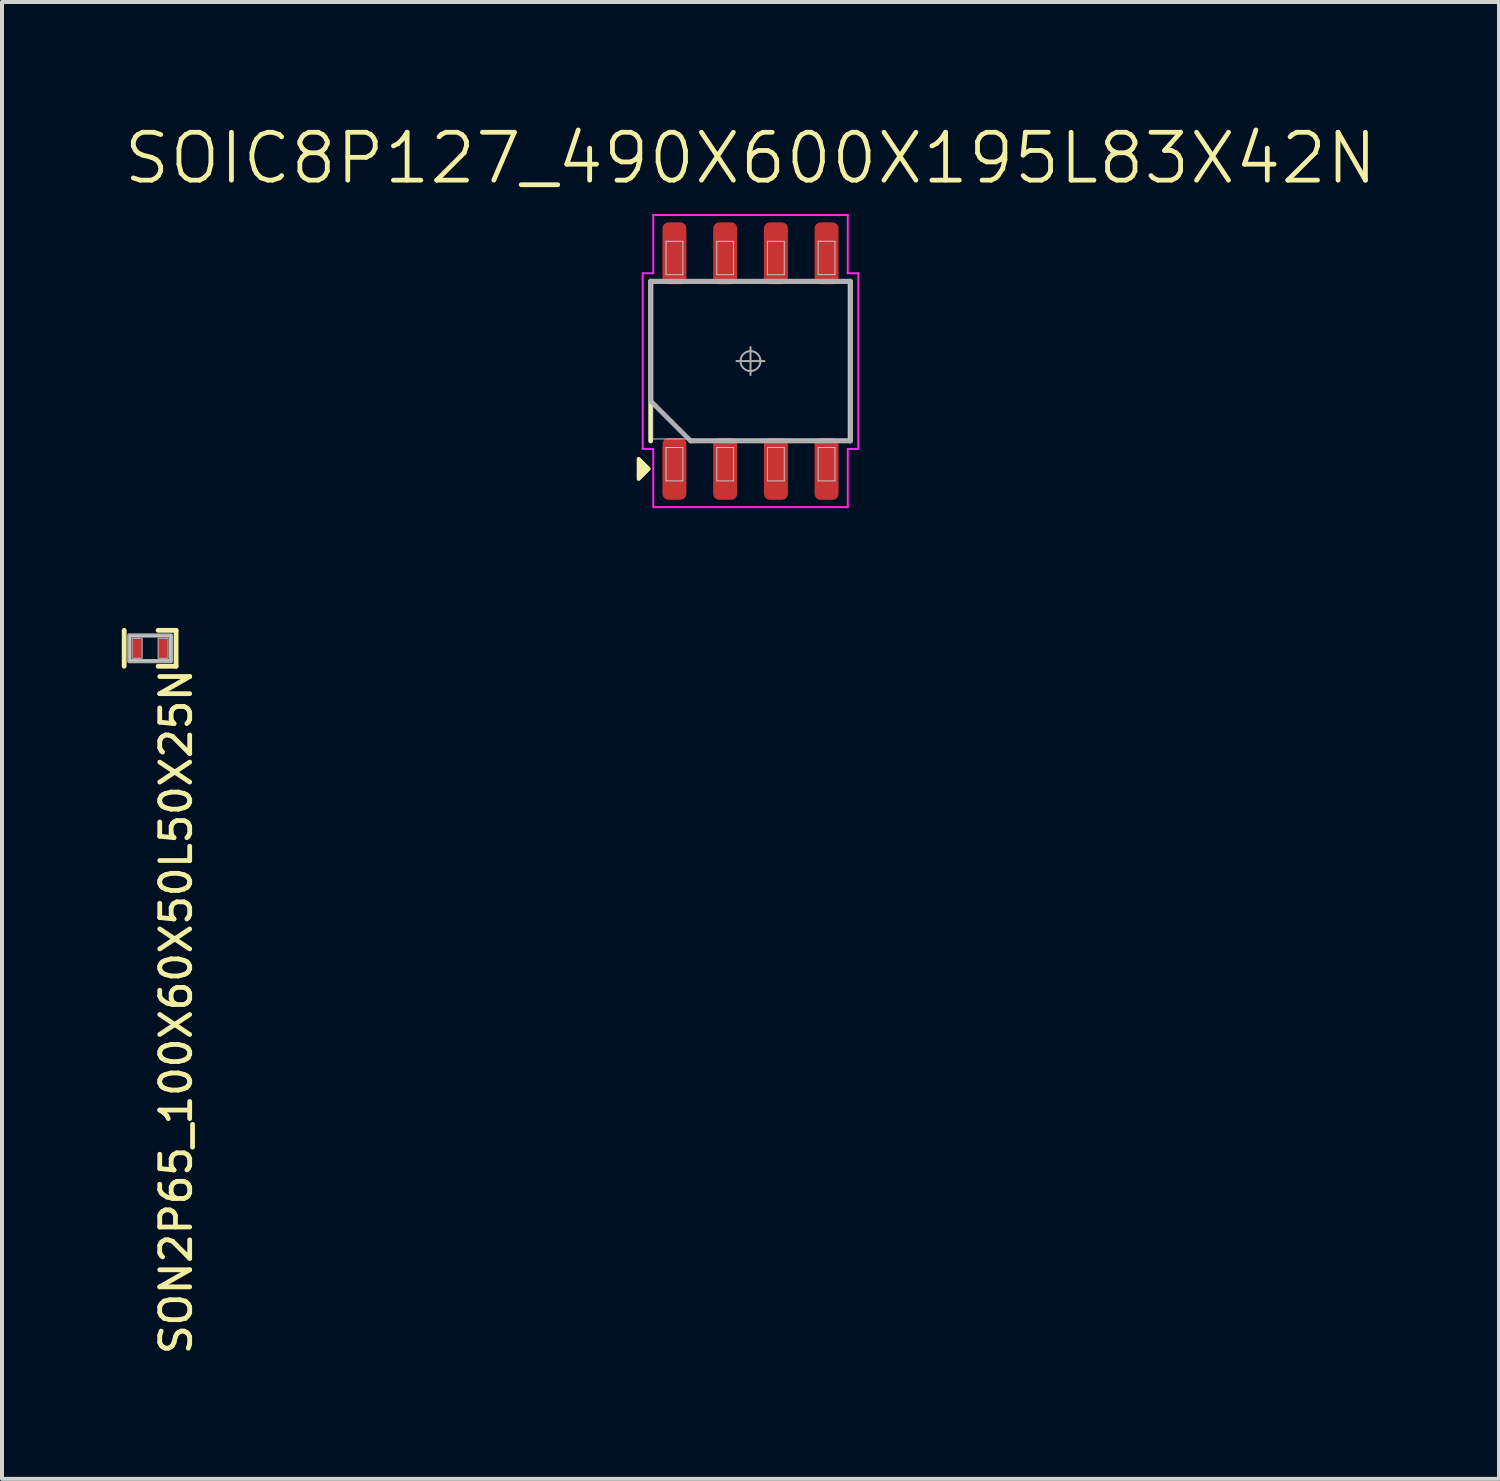
<source format=kicad_pcb>
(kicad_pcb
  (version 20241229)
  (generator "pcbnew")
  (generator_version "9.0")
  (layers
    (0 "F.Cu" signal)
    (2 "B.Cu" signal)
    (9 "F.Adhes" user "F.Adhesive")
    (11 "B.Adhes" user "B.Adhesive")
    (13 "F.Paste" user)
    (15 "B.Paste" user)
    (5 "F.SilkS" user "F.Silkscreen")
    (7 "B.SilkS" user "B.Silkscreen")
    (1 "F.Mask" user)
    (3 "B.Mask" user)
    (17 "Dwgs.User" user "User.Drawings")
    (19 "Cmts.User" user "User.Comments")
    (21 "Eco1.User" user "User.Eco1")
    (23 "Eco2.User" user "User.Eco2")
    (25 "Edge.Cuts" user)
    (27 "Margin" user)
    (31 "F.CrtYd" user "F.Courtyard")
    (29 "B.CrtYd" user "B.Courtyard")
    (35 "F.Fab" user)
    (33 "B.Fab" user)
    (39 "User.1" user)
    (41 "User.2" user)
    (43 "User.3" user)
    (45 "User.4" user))
  (footprint "SON2P65_100X60X50L50X25N"
    (layer "F.Cu")
    (at 0.71 13.186)
    (property "Reference" "SON2P65_100X60X50L50X25N" (at 0.65 0.45 90) (unlocked yes) (layer "F.SilkS") (effects (font (size 0.75 0.75) (thickness 0.12)) (justify right)))
    (attr smd)
    (fp_line (start -0.65 -0.45) (end -0.65 0.45) (stroke (width 0.12) (type solid)) (layer "F.SilkS"))
    (fp_line (start 0.2 0.45) (end 0.65 0.45) (stroke (width 0.12) (type solid)) (layer "F.SilkS"))
    (fp_line (start 0.65 -0.45) (end 0.2 -0.45) (stroke (width 0.12) (type solid)) (layer "F.SilkS"))
    (fp_line (start 0.65 0.45) (end 0.65 -0.45) (stroke (width 0.12) (type solid)) (layer "F.SilkS"))
    (fp_rect (start -0.5 -0.3) (end 0.5 0.3) (stroke (width 0.05) (type default)) (fill no) (layer "Dwgs.User"))
    (fp_rect (start -0.45 -0.25) (end -0.2 0.25) (stroke (width 0.025) (type default)) (fill no) (layer "Dwgs.User"))
    (fp_rect (start 0.2 -0.25) (end 0.45 0.25) (stroke (width 0.025) (type default)) (fill no) (layer "Dwgs.User"))
    (fp_rect (start -0.525 -0.325) (end 0.525 0.325) (stroke (width 0.1) (type default)) (fill no) (layer "F.Fab"))
    (pad "1" smd roundrect (at -0.325 0) (size 0.25 0.5) (layers "F.Cu" "F.Mask" "F.Paste") (roundrect_rratio 0.25))
    (pad "2" smd roundrect (at 0.325 0) (size 0.25 0.5) (layers "F.Cu" "F.Mask" "F.Paste") (roundrect_rratio 0.25)))
  (footprint "SOIC8P127_490X600X195L83X42N"
    (layer "F.Cu")
    (at 15.746 5.993)
    (property "Reference" "SOIC8P127_490X600X195L83X42N" (at 0 -5.08 0) (layer "F.SilkS") (effects (font (size 1.2 1.2) (thickness 0.12))))
    (attr smd)
    (fp_line (start -2.5 2) (end -2.5 -2) (stroke (width 0.12) (type solid)) (layer "F.SilkS"))
    (fp_line (start 2.5 2) (end 2.5 -2) (stroke (width 0.12) (type solid)) (layer "F.SilkS"))
    (fp_poly (pts (xy -2.55 2.7) (xy -2.8 2.95) (xy -2.8 2.45)) (stroke (width 0.1) (type solid)) (fill yes) (layer "F.SilkS"))
    (fp_line (start -2.45 -1.95) (end 2.45 -1.95) (stroke (width 0.025) (type solid)) (layer "Dwgs.User"))
    (fp_line (start -2.45 1.95) (end -2.45 -1.95) (stroke (width 0.025) (type solid)) (layer "Dwgs.User"))
    (fp_line (start -2.115 -3) (end -1.695 -3) (stroke (width 0.025) (type solid)) (layer "Dwgs.User"))
    (fp_line (start -2.115 -2.164) (end -2.115 -3) (stroke (width 0.025) (type solid)) (layer "Dwgs.User"))
    (fp_line (start -2.115 2.164) (end -1.695 2.164) (stroke (width 0.025) (type solid)) (layer "Dwgs.User"))
    (fp_line (start -2.115 3) (end -2.115 2.164) (stroke (width 0.025) (type solid)) (layer "Dwgs.User"))
    (fp_line (start -1.695 -3) (end -1.695 -2.164) (stroke (width 0.025) (type solid)) (layer "Dwgs.User"))
    (fp_line (start -1.695 -2.164) (end -2.115 -2.164) (stroke (width 0.025) (type solid)) (layer "Dwgs.User"))
    (fp_line (start -1.695 2.164) (end -1.695 3) (stroke (width 0.025) (type solid)) (layer "Dwgs.User"))
    (fp_line (start -1.695 3) (end -2.115 3) (stroke (width 0.025) (type solid)) (layer "Dwgs.User"))
    (fp_line (start -0.845 -3) (end -0.425 -3) (stroke (width 0.025) (type solid)) (layer "Dwgs.User"))
    (fp_line (start -0.845 -2.164) (end -0.845 -3) (stroke (width 0.025) (type solid)) (layer "Dwgs.User"))
    (fp_line (start -0.845 2.164) (end -0.425 2.164) (stroke (width 0.025) (type solid)) (layer "Dwgs.User"))
    (fp_line (start -0.845 3) (end -0.845 2.164) (stroke (width 0.025) (type solid)) (layer "Dwgs.User"))
    (fp_line (start -0.425 -3) (end -0.425 -2.164) (stroke (width 0.025) (type solid)) (layer "Dwgs.User"))
    (fp_line (start -0.425 -2.164) (end -0.845 -2.164) (stroke (width 0.025) (type solid)) (layer "Dwgs.User"))
    (fp_line (start -0.425 2.164) (end -0.425 3) (stroke (width 0.025) (type solid)) (layer "Dwgs.User"))
    (fp_line (start -0.425 3) (end -0.845 3) (stroke (width 0.025) (type solid)) (layer "Dwgs.User"))
    (fp_line (start 0.425 -3) (end 0.845 -3) (stroke (width 0.025) (type solid)) (layer "Dwgs.User"))
    (fp_line (start 0.425 -2.164) (end 0.425 -3) (stroke (width 0.025) (type solid)) (layer "Dwgs.User"))
    (fp_line (start 0.425 2.164) (end 0.845 2.164) (stroke (width 0.025) (type solid)) (layer "Dwgs.User"))
    (fp_line (start 0.425 3) (end 0.425 2.164) (stroke (width 0.025) (type solid)) (layer "Dwgs.User"))
    (fp_line (start 0.845 -3) (end 0.845 -2.164) (stroke (width 0.025) (type solid)) (layer "Dwgs.User"))
    (fp_line (start 0.845 -2.164) (end 0.425 -2.164) (stroke (width 0.025) (type solid)) (layer "Dwgs.User"))
    (fp_line (start 0.845 2.164) (end 0.845 3) (stroke (width 0.025) (type solid)) (layer "Dwgs.User"))
    (fp_line (start 0.845 3) (end 0.425 3) (stroke (width 0.025) (type solid)) (layer "Dwgs.User"))
    (fp_line (start 1.695 -3.001) (end 2.115 -3.001) (stroke (width 0.025) (type solid)) (layer "Dwgs.User"))
    (fp_line (start 1.695 -2.165) (end 1.695 -3.001) (stroke (width 0.025) (type solid)) (layer "Dwgs.User"))
    (fp_line (start 1.695 2.165) (end 2.115 2.165) (stroke (width 0.025) (type solid)) (layer "Dwgs.User"))
    (fp_line (start 1.695 3.001) (end 1.695 2.165) (stroke (width 0.025) (type solid)) (layer "Dwgs.User"))
    (fp_line (start 2.115 -3.001) (end 2.115 -2.165) (stroke (width 0.025) (type solid)) (layer "Dwgs.User"))
    (fp_line (start 2.115 -2.165) (end 1.695 -2.165) (stroke (width 0.025) (type solid)) (layer "Dwgs.User"))
    (fp_line (start 2.115 2.165) (end 2.115 3.001) (stroke (width 0.025) (type solid)) (layer "Dwgs.User"))
    (fp_line (start 2.115 3.001) (end 1.695 3.001) (stroke (width 0.025) (type solid)) (layer "Dwgs.User"))
    (fp_line (start 2.45 -1.95) (end 2.45 1.95) (stroke (width 0.025) (type solid)) (layer "Dwgs.User"))
    (fp_line (start 2.45 1.95) (end -2.45 1.95) (stroke (width 0.025) (type solid)) (layer "Dwgs.User"))
    (fp_line (start -2.7 -2.2) (end -2.7 2.2) (stroke (width 0.05) (type solid)) (layer "F.CrtYd"))
    (fp_line (start -2.7 2.2) (end -2.436 2.2) (stroke (width 0.05) (type solid)) (layer "F.CrtYd"))
    (fp_line (start -2.436 -3.658) (end -2.436 -2.2) (stroke (width 0.05) (type solid)) (layer "F.CrtYd"))
    (fp_line (start -2.436 -2.2) (end -2.7 -2.2) (stroke (width 0.05) (type solid)) (layer "F.CrtYd"))
    (fp_line (start -2.436 2.2) (end -2.436 3.658) (stroke (width 0.05) (type solid)) (layer "F.CrtYd"))
    (fp_line (start -2.436 3.658) (end 2.436 3.658) (stroke (width 0.05) (type solid)) (layer "F.CrtYd"))
    (fp_line (start 2.436 -3.658) (end -2.436 -3.658) (stroke (width 0.05) (type solid)) (layer "F.CrtYd"))
    (fp_line (start 2.436 -2.2) (end 2.436 -3.658) (stroke (width 0.05) (type solid)) (layer "F.CrtYd"))
    (fp_line (start 2.436 2.2) (end 2.7 2.2) (stroke (width 0.05) (type solid)) (layer "F.CrtYd"))
    (fp_line (start 2.436 3.658) (end 2.436 2.2) (stroke (width 0.05) (type solid)) (layer "F.CrtYd"))
    (fp_line (start 2.7 -2.2) (end 2.436 -2.2) (stroke (width 0.05) (type solid)) (layer "F.CrtYd"))
    (fp_line (start 2.7 2.2) (end 2.7 -2.2) (stroke (width 0.05) (type solid)) (layer "F.CrtYd"))
    (fp_line (start -2.5 -2) (end 2.5 -2) (stroke (width 0.12) (type solid)) (layer "F.Fab"))
    (fp_line (start -2.5 1) (end -2.5 -2) (stroke (width 0.12) (type solid)) (layer "F.Fab"))
    (fp_line (start -1.5 2) (end -2.5 1) (stroke (width 0.12) (type solid)) (layer "F.Fab"))
    (fp_line (start -0.35 0) (end 0.35 0) (stroke (width 0.05) (type solid)) (layer "F.Fab"))
    (fp_line (start 0 -0.35) (end 0 0.35) (stroke (width 0.05) (type solid)) (layer "F.Fab"))
    (fp_line (start 2.5 -2) (end 2.5 2) (stroke (width 0.12) (type solid)) (layer "F.Fab"))
    (fp_line (start 2.5 2) (end -1.5 2) (stroke (width 0.12) (type solid)) (layer "F.Fab"))
    (fp_circle (center 0 0) (end 0.25 0) (stroke (width 0.05) (type solid)) (fill no) (layer "F.Fab"))
    (pad "1" smd roundrect (at -1.905 2.7 90) (size 1.55 0.6) (layers "F.Cu" "F.Mask" "F.Paste") (roundrect_rratio 0.251))
    (pad "2" smd roundrect (at -0.635 2.7 90) (size 1.55 0.6) (layers "F.Cu" "F.Mask" "F.Paste") (roundrect_rratio 0.251))
    (pad "3" smd roundrect (at 0.635 2.7 90) (size 1.55 0.6) (layers "F.Cu" "F.Mask" "F.Paste") (roundrect_rratio 0.251))
    (pad "4" smd roundrect (at 1.905 2.7 90) (size 1.55 0.6) (layers "F.Cu" "F.Mask" "F.Paste") (roundrect_rratio 0.251))
    (pad "5" smd roundrect (at 1.905 -2.7 90) (size 1.55 0.6) (layers "F.Cu" "F.Mask" "F.Paste") (roundrect_rratio 0.251))
    (pad "6" smd roundrect (at 0.635 -2.7 90) (size 1.55 0.6) (layers "F.Cu" "F.Mask" "F.Paste") (roundrect_rratio 0.251))
    (pad "7" smd roundrect (at -0.635 -2.7 90) (size 1.55 0.6) (layers "F.Cu" "F.Mask" "F.Paste") (roundrect_rratio 0.251))
    (pad "8" smd roundrect (at -1.905 -2.7 90) (size 1.55 0.6) (layers "F.Cu" "F.Mask" "F.Paste") (roundrect_rratio 0.251)))
  (gr_rect
    (start -3 -3)
    (end 34.491 33.988)
    (stroke (width 0.1) (type default))
    (fill no)
    (layer "Edge.Cuts")))
</source>
